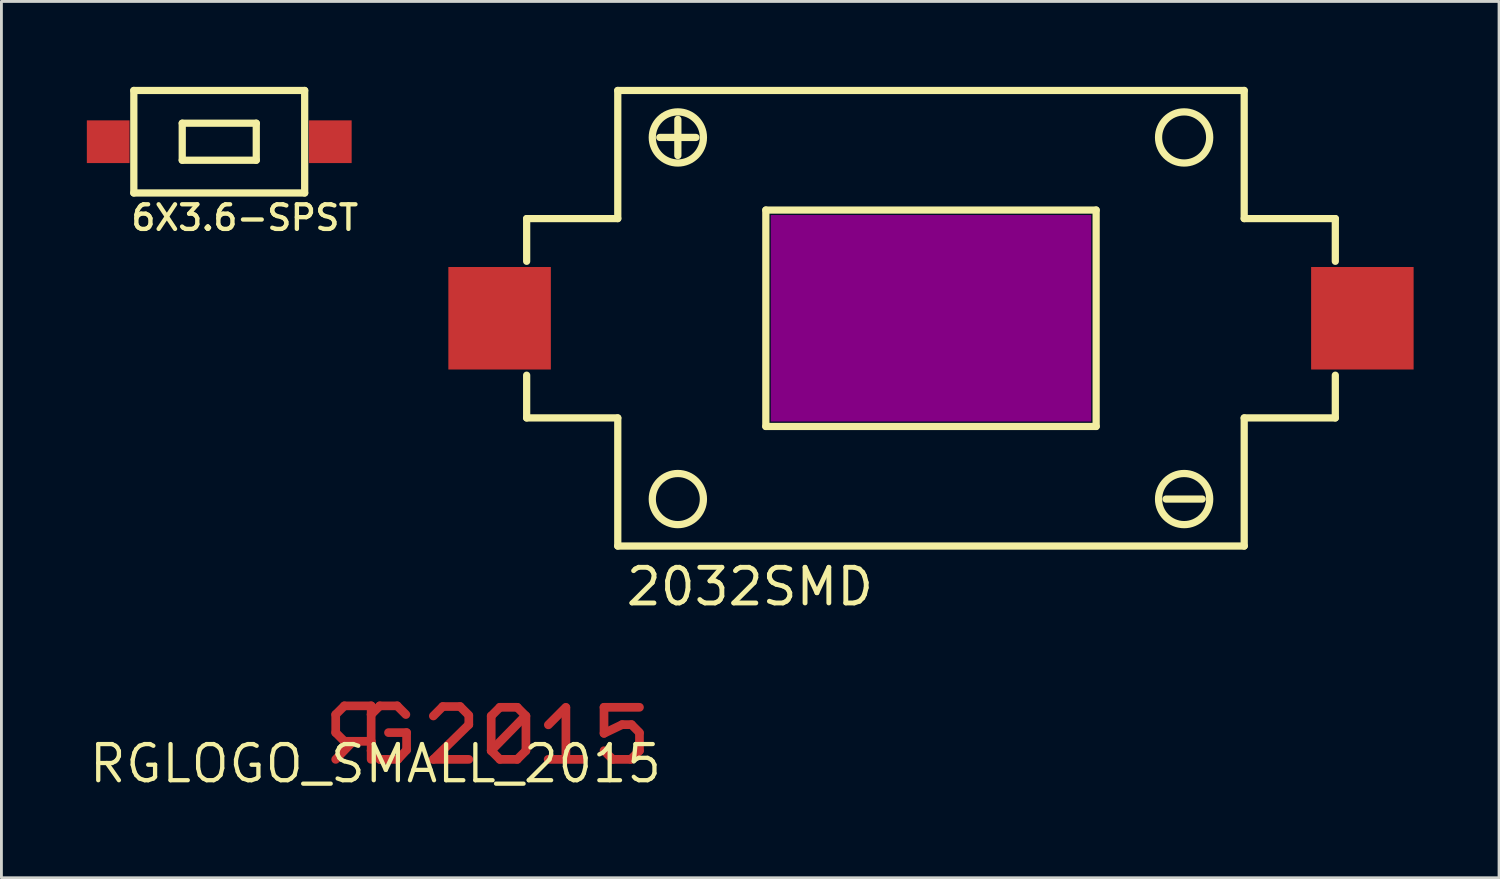
<source format=kicad_pcb>
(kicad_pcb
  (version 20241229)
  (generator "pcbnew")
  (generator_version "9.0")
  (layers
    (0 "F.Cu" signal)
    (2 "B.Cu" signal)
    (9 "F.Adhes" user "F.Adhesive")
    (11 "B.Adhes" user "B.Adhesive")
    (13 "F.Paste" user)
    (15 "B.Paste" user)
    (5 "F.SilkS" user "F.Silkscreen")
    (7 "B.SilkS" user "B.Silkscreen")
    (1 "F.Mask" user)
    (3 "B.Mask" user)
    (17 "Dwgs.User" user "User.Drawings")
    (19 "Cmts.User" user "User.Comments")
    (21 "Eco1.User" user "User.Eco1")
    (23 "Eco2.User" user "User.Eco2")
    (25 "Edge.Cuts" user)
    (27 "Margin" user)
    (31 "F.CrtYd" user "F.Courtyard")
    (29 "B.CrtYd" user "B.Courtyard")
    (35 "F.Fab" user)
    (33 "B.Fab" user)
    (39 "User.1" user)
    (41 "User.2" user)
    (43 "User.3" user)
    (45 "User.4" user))
  (footprint "RGLOGO_SMALL_2015"
    (layer "F.Cu")
    (at 10.137 23.771)
    (property "Reference" "RGLOGO_SMALL_2015" (at 0 0 0) (layer "F.SilkS") (effects (font (size 1.27 1.27) (thickness 0.15))))
    (fp_line (start -1.397 -1.727) (end -1.397 -1.092) (stroke (width 0.305) (type solid)) (layer "F.Cu"))
    (fp_line (start -1.397 -1.092) (end -1.092 -0.787) (stroke (width 0.305) (type solid)) (layer "F.Cu"))
    (fp_line (start -1.397 -0.152) (end -0.787 -0.787) (stroke (width 0.305) (type solid)) (layer "F.Cu"))
    (fp_line (start -1.092 -2.032) (end -1.397 -1.727) (stroke (width 0.305) (type solid)) (layer "F.Cu"))
    (fp_line (start -1.092 -0.787) (end -0.787 -0.787) (stroke (width 0.305) (type solid)) (layer "F.Cu"))
    (fp_line (start -0.787 -0.787) (end -0.152 -0.787) (stroke (width 0.305) (type solid)) (layer "F.Cu"))
    (fp_line (start -0.152 -2.032) (end -1.092 -2.032) (stroke (width 0.305) (type solid)) (layer "F.Cu"))
    (fp_line (start -0.152 -1.727) (end -0.152 -2.032) (stroke (width 0.305) (type solid)) (layer "F.Cu"))
    (fp_line (start -0.152 -1.727) (end 0.152 -2.032) (stroke (width 0.305) (type solid)) (layer "F.Cu"))
    (fp_line (start -0.152 -0.787) (end -0.152 -1.727) (stroke (width 0.305) (type solid)) (layer "F.Cu"))
    (fp_line (start -0.152 -0.457) (end -0.152 -0.787) (stroke (width 0.305) (type solid)) (layer "F.Cu"))
    (fp_line (start -0.152 -0.152) (end -0.152 -0.457) (stroke (width 0.305) (type solid)) (layer "F.Cu"))
    (fp_line (start 0.152 -2.032) (end 0.762 -2.032) (stroke (width 0.305) (type solid)) (layer "F.Cu"))
    (fp_line (start 0.152 -0.152) (end -0.152 -0.457) (stroke (width 0.305) (type solid)) (layer "F.Cu"))
    (fp_line (start 0.457 -1.092) (end 1.092 -1.092) (stroke (width 0.305) (type solid)) (layer "F.Cu"))
    (fp_line (start 0.762 -2.032) (end 1.067 -1.727) (stroke (width 0.305) (type solid)) (layer "F.Cu"))
    (fp_line (start 0.787 -0.152) (end 0.152 -0.152) (stroke (width 0.305) (type solid)) (layer "F.Cu"))
    (fp_line (start 1.092 -1.092) (end 1.092 -0.483) (stroke (width 0.305) (type solid)) (layer "F.Cu"))
    (fp_line (start 1.092 -0.483) (end 0.787 -0.152) (stroke (width 0.305) (type solid)) (layer "F.Cu"))
    (fp_line (start 2.032 -1.676) (end 2.362 -2.007) (stroke (width 0.305) (type solid)) (layer "F.Cu"))
    (fp_line (start 2.032 -0.152) (end 3.277 -1.372) (stroke (width 0.305) (type solid)) (layer "F.Cu"))
    (fp_line (start 2.362 -2.007) (end 2.972 -2.007) (stroke (width 0.305) (type solid)) (layer "F.Cu"))
    (fp_line (start 2.972 -2.007) (end 3.277 -1.702) (stroke (width 0.305) (type solid)) (layer "F.Cu"))
    (fp_line (start 3.277 -1.372) (end 3.277 -1.676) (stroke (width 0.305) (type solid)) (layer "F.Cu"))
    (fp_line (start 3.277 -0.152) (end 2.032 -0.152) (stroke (width 0.305) (type solid)) (layer "F.Cu"))
    (fp_line (start 4.064 -1.676) (end 4.064 -0.457) (stroke (width 0.305) (type solid)) (layer "F.Cu"))
    (fp_line (start 4.064 -0.457) (end 5.258 -1.676) (stroke (width 0.305) (type solid)) (layer "F.Cu"))
    (fp_line (start 4.369 -1.981) (end 4.064 -1.676) (stroke (width 0.305) (type solid)) (layer "F.Cu"))
    (fp_line (start 4.369 -0.152) (end 4.064 -0.457) (stroke (width 0.305) (type solid)) (layer "F.Cu"))
    (fp_line (start 4.369 -0.152) (end 4.978 -0.152) (stroke (width 0.305) (type solid)) (layer "F.Cu"))
    (fp_line (start 4.978 -1.981) (end 4.369 -1.981) (stroke (width 0.305) (type solid)) (layer "F.Cu"))
    (fp_line (start 4.978 -0.152) (end 5.283 -0.457) (stroke (width 0.305) (type solid)) (layer "F.Cu"))
    (fp_line (start 5.283 -1.676) (end 4.978 -1.981) (stroke (width 0.305) (type solid)) (layer "F.Cu"))
    (fp_line (start 5.283 -0.457) (end 5.283 -1.676) (stroke (width 0.305) (type solid)) (layer "F.Cu"))
    (fp_line (start 6.064 -0.152) (end 7.296 -0.152) (stroke (width 0.305) (type solid)) (layer "F.Cu"))
    (fp_line (start 6.686 -1.981) (end 6.071 -1.365) (stroke (width 0.305) (type solid)) (layer "F.Cu"))
    (fp_line (start 6.687 -1.962) (end 6.687 -0.172) (stroke (width 0.305) (type solid)) (layer "F.Cu"))
    (fp_line (start 8.026 -1.981) (end 8.026 -1.067) (stroke (width 0.305) (type solid)) (layer "F.Cu"))
    (fp_line (start 8.331 -0.152) (end 8.026 -0.457) (stroke (width 0.305) (type solid)) (layer "F.Cu"))
    (fp_line (start 8.661 -1.372) (end 8.026 -1.067) (stroke (width 0.305) (type solid)) (layer "F.Cu"))
    (fp_line (start 8.661 -1.372) (end 8.992 -1.372) (stroke (width 0.305) (type solid)) (layer "F.Cu"))
    (fp_line (start 8.966 -0.152) (end 8.331 -0.152) (stroke (width 0.305) (type solid)) (layer "F.Cu"))
    (fp_line (start 8.992 -1.372) (end 9.271 -1.092) (stroke (width 0.305) (type solid)) (layer "F.Cu"))
    (fp_line (start 9.271 -1.981) (end 8.026 -1.981) (stroke (width 0.305) (type solid)) (layer "F.Cu"))
    (fp_line (start 9.271 -1.067) (end 9.271 -0.457) (stroke (width 0.305) (type solid)) (layer "F.Cu"))
    (fp_line (start 9.271 -0.457) (end 8.966 -0.152) (stroke (width 0.305) (type solid)) (layer "F.Cu")))
  (footprint "2032SMD"
    (layer "F.Cu")
    (at 29.646 8.127)
    (property "Reference" "2032SMD" (at -10.795 10.16 0) (layer "F.SilkS") (effects (font (size 1.252 1.252) (thickness 0.171)) (justify left bottom)))
    (fp_line (start -14.2 -3.5) (end -11 -3.5) (stroke (width 0.254) (type solid)) (layer "F.SilkS"))
    (fp_line (start -14.2 -2) (end -14.2 -3.5) (stroke (width 0.254) (type solid)) (layer "F.SilkS"))
    (fp_line (start -14.2 3.5) (end -14.2 2) (stroke (width 0.254) (type solid)) (layer "F.SilkS"))
    (fp_line (start -11 -8) (end 11 -8) (stroke (width 0.254) (type solid)) (layer "F.SilkS"))
    (fp_line (start -11 -3.5) (end -11 -8) (stroke (width 0.254) (type solid)) (layer "F.SilkS"))
    (fp_line (start -11 3.5) (end -14.2 3.5) (stroke (width 0.254) (type solid)) (layer "F.SilkS"))
    (fp_line (start -11 8) (end -11 3.5) (stroke (width 0.254) (type solid)) (layer "F.SilkS"))
    (fp_line (start -11 8) (end 11 8) (stroke (width 0.254) (type solid)) (layer "F.SilkS"))
    (fp_line (start -9.525 -6.35) (end -8.255 -6.35) (stroke (width 0.254) (type solid)) (layer "F.SilkS"))
    (fp_line (start -8.89 -6.985) (end -8.89 -5.715) (stroke (width 0.254) (type solid)) (layer "F.SilkS"))
    (fp_line (start -5.8 -3.8) (end 5.8 -3.8) (stroke (width 0.254) (type solid)) (layer "F.SilkS"))
    (fp_line (start -5.8 3.8) (end -5.8 -3.8) (stroke (width 0.254) (type solid)) (layer "F.SilkS"))
    (fp_line (start 5.8 -3.8) (end 5.8 3.8) (stroke (width 0.254) (type solid)) (layer "F.SilkS"))
    (fp_line (start 5.8 3.8) (end -5.8 3.8) (stroke (width 0.254) (type solid)) (layer "F.SilkS"))
    (fp_line (start 8.255 6.35) (end 9.525 6.35) (stroke (width 0.254) (type solid)) (layer "F.SilkS"))
    (fp_line (start 11 -8) (end 11 -3.5) (stroke (width 0.254) (type solid)) (layer "F.SilkS"))
    (fp_line (start 11 -3.5) (end 14.2 -3.5) (stroke (width 0.254) (type solid)) (layer "F.SilkS"))
    (fp_line (start 11 3.5) (end 14.2 3.5) (stroke (width 0.254) (type solid)) (layer "F.SilkS"))
    (fp_line (start 11 8) (end 11 3.5) (stroke (width 0.254) (type solid)) (layer "F.SilkS"))
    (fp_line (start 14.2 -3.5) (end 14.2 -2) (stroke (width 0.254) (type solid)) (layer "F.SilkS"))
    (fp_line (start 14.2 3.5) (end 14.2 2) (stroke (width 0.254) (type solid)) (layer "F.SilkS"))
    (fp_circle (center -8.89 -6.35) (end -7.992 -6.35) (stroke (width 0.254) (type solid)) (fill no) (layer "F.SilkS"))
    (fp_circle (center -8.89 6.35) (end -7.992 6.35) (stroke (width 0.254) (type solid)) (fill no) (layer "F.SilkS"))
    (fp_circle (center 8.89 -6.35) (end 9.788 -6.35) (stroke (width 0.254) (type solid)) (fill no) (layer "F.SilkS"))
    (fp_circle (center 8.89 6.35) (end 9.788 6.35) (stroke (width 0.254) (type solid)) (fill no) (layer "F.SilkS"))
    (fp_poly (pts (xy 5.627 3.627) (xy -5.627 3.627) (xy -5.627 -3.627) (xy 5.627 -3.627)) (stroke (width 0) (type default)) (fill yes) (layer "F.Adhes"))
    (pad "+" smd rect (at -15.15 0 90) (size 3.6 3.6) (layers "F.Cu" "F.Mask" "F.Paste"))
    (pad "-" smd rect (at 15.15 0 90) (size 3.6 3.6) (layers "F.Cu" "F.Mask" "F.Paste")))
  (footprint "6X3.6-SPST"
    (layer "F.Cu")
    (at 4.65 1.927)
    (property "Reference" "6X3.6-SPST" (at -3.175 3.175 0) (layer "F.SilkS") (effects (font (size 0.864 0.864) (thickness 0.152)) (justify left bottom)))
    (fp_line (start -3 -1.8) (end 3 -1.8) (stroke (width 0.254) (type solid)) (layer "F.SilkS"))
    (fp_line (start -3 1.8) (end -3 -1.8) (stroke (width 0.254) (type solid)) (layer "F.SilkS"))
    (fp_line (start -1.3 -0.65) (end -1.3 0.65) (stroke (width 0.254) (type solid)) (layer "F.SilkS"))
    (fp_line (start -1.3 0.65) (end 1.3 0.65) (stroke (width 0.254) (type solid)) (layer "F.SilkS"))
    (fp_line (start 1.3 -0.65) (end -1.3 -0.65) (stroke (width 0.254) (type solid)) (layer "F.SilkS"))
    (fp_line (start 1.3 0.65) (end 1.3 -0.65) (stroke (width 0.254) (type solid)) (layer "F.SilkS"))
    (fp_line (start 3 -1.8) (end 3 1.8) (stroke (width 0.254) (type solid)) (layer "F.SilkS"))
    (fp_line (start 3 1.8) (end -3 1.8) (stroke (width 0.254) (type solid)) (layer "F.SilkS"))
    (pad "1" smd rect (at -3.9 0) (size 1.5 1.5) (layers "F.Cu" "F.Mask" "F.Paste"))
    (pad "2" smd rect (at 3.9 0) (size 1.5 1.5) (layers "F.Cu" "F.Mask" "F.Paste")))
  (gr_rect
    (start -3 -3)
    (end 49.596 27.777)
    (stroke (width 0.1) (type default))
    (fill no)
    (layer "Edge.Cuts")))
</source>
